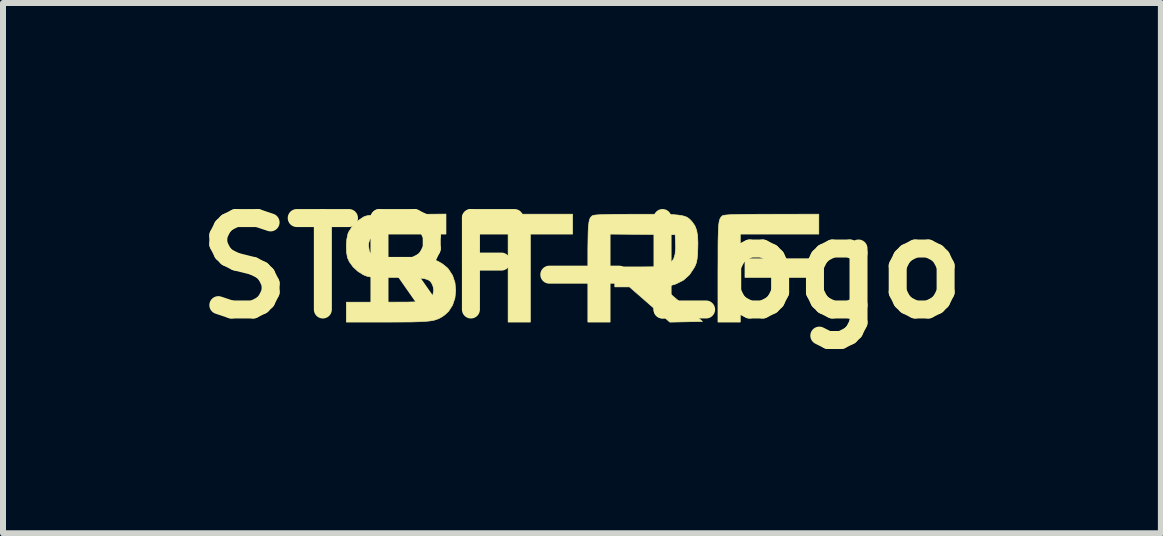
<source format=kicad_pcb>
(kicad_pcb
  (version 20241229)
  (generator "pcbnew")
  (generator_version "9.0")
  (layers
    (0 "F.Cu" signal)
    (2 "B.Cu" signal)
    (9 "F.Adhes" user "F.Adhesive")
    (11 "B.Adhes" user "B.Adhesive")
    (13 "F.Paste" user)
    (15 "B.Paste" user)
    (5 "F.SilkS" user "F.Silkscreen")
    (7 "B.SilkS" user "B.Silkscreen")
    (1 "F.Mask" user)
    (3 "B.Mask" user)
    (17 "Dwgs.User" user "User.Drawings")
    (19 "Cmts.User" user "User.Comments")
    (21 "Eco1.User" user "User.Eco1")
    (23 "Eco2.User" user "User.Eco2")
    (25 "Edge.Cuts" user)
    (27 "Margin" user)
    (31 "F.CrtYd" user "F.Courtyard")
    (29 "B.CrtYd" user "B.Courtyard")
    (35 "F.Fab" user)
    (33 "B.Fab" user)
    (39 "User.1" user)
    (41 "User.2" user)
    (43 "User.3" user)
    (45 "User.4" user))
  (footprint "STRF-Logo"
    (layer "F.Cu")
    (at 6.648 1.418)
    (property "Reference" "STRF-Logo" (at 0 0 0) (layer "F.SilkS") (effects (font (size 1.524 1.524) (thickness 0.3))))
    (attr through_hole)
    (fp_poly (pts (xy 3.79 0.156) (xy 2.716 0.156) (xy 2.716 -0.156) (xy 3.79 -0.156) (xy 3.79 0.156)) (stroke (width 0.01) (type solid)) (fill yes) (layer "F.SilkS"))
    (fp_poly (pts (xy -0.156 -0.567) (xy -0.86 -0.567) (xy -0.86 0.899) (xy -1.231 0.899) (xy -1.231 -0.567) (xy -1.954 -0.567) (xy -1.954 -0.899) (xy -0.156 -0.899) (xy -0.156 -0.567)) (stroke (width 0.01) (type solid)) (fill yes) (layer "F.SilkS"))
    (fp_poly (pts (xy 3.947 -0.567) (xy 2.638 -0.567) (xy 2.638 0.899) (xy 2.266 0.899) (xy 2.266 0.067) (xy 2.267 -0.142) (xy 2.267 -0.315) (xy 2.268 -0.457) (xy 2.271 -0.57) (xy 2.274 -0.658) (xy 2.279 -0.726) (xy 2.286 -0.775) (xy 2.296 -0.811) (xy 2.307 -0.837) (xy 2.322 -0.855) (xy 2.339 -0.871) (xy 2.343 -0.874) (xy 2.362 -0.88) (xy 2.402 -0.885) (xy 2.467 -0.89) (xy 2.558 -0.893) (xy 2.679 -0.895) (xy 2.832 -0.897) (xy 3.02 -0.898) (xy 3.16 -0.898) (xy 3.947 -0.899) (xy 3.947 -0.567)) (stroke (width 0.01) (type solid)) (fill yes) (layer "F.SilkS"))
    (fp_poly (pts (xy 1.118 -0.898) (xy 1.282 -0.897) (xy 1.416 -0.895) (xy 1.522 -0.891) (xy 1.605 -0.884) (xy 1.669 -0.874) (xy 1.719 -0.861) (xy 1.757 -0.844) (xy 1.788 -0.821) (xy 1.816 -0.794) (xy 1.842 -0.764) (xy 1.883 -0.703) (xy 1.911 -0.63) (xy 1.927 -0.539) (xy 1.932 -0.422) (xy 1.93 -0.323) (xy 1.926 -0.221) (xy 1.918 -0.148) (xy 1.907 -0.092) (xy 1.888 -0.043) (xy 1.872 -0.01) (xy 1.792 0.11) (xy 1.692 0.2) (xy 1.566 0.264) (xy 1.473 0.292) (xy 1.349 0.322) (xy 1.678 0.606) (xy 2.008 0.889) (xy 1.464 0.9) (xy 1.128 0.607) (xy 0.791 0.313) (xy 0.669 0.313) (xy 0.547 0.313) (xy 0.547 -0.02) (xy 0.943 -0.02) (xy 1.081 -0.021) (xy 1.187 -0.022) (xy 1.265 -0.025) (xy 1.323 -0.031) (xy 1.366 -0.038) (xy 1.401 -0.049) (xy 1.418 -0.057) (xy 1.483 -0.097) (xy 1.527 -0.152) (xy 1.551 -0.229) (xy 1.56 -0.334) (xy 1.559 -0.395) (xy 1.553 -0.557) (xy 0.469 -0.567) (xy 0.469 0.899) (xy 0.098 0.899) (xy 0.098 0.067) (xy 0.098 -0.142) (xy 0.098 -0.315) (xy 0.1 -0.457) (xy 0.102 -0.57) (xy 0.105 -0.658) (xy 0.111 -0.726) (xy 0.118 -0.775) (xy 0.127 -0.811) (xy 0.138 -0.837) (xy 0.153 -0.855) (xy 0.17 -0.871) (xy 0.174 -0.874) (xy 0.194 -0.88) (xy 0.236 -0.886) (xy 0.302 -0.89) (xy 0.396 -0.893) (xy 0.52 -0.896) (xy 0.677 -0.897) (xy 0.87 -0.898) (xy 0.918 -0.898) (xy 1.118 -0.898)) (stroke (width 0.01) (type solid)) (fill yes) (layer "F.SilkS"))
    (fp_poly (pts (xy -2.266 -0.567) (xy -3.453 -0.567) (xy -3.504 -0.515) (xy -3.539 -0.47) (xy -3.554 -0.416) (xy -3.556 -0.373) (xy -3.544 -0.283) (xy -3.507 -0.221) (xy -3.442 -0.183) (xy -3.424 -0.177) (xy -3.383 -0.171) (xy -3.31 -0.165) (xy -3.211 -0.161) (xy -3.095 -0.158) (xy -2.967 -0.156) (xy -2.921 -0.156) (xy -2.78 -0.156) (xy -2.671 -0.155) (xy -2.59 -0.153) (xy -2.53 -0.149) (xy -2.485 -0.142) (xy -2.449 -0.133) (xy -2.417 -0.121) (xy -2.392 -0.11) (xy -2.319 -0.066) (xy -2.249 -0.009) (xy -2.224 0.018) (xy -2.156 0.123) (xy -2.116 0.244) (xy -2.104 0.372) (xy -2.117 0.499) (xy -2.157 0.618) (xy -2.222 0.719) (xy -2.287 0.78) (xy -2.33 0.81) (xy -2.372 0.834) (xy -2.416 0.853) (xy -2.468 0.869) (xy -2.532 0.88) (xy -2.612 0.888) (xy -2.712 0.893) (xy -2.837 0.897) (xy -2.991 0.898) (xy -3.178 0.899) (xy -3.247 0.899) (xy -3.927 0.899) (xy -3.927 0.567) (xy -3.272 0.567) (xy -3.08 0.566) (xy -2.924 0.566) (xy -2.8 0.563) (xy -2.703 0.559) (xy -2.63 0.552) (xy -2.576 0.541) (xy -2.54 0.527) (xy -2.515 0.508) (xy -2.499 0.483) (xy -2.488 0.453) (xy -2.482 0.43) (xy -2.471 0.364) (xy -2.482 0.304) (xy -2.49 0.283) (xy -2.508 0.246) (xy -2.531 0.217) (xy -2.564 0.195) (xy -2.611 0.179) (xy -2.677 0.168) (xy -2.766 0.161) (xy -2.883 0.158) (xy -3.033 0.156) (xy -3.101 0.156) (xy -3.245 0.156) (xy -3.356 0.155) (xy -3.439 0.153) (xy -3.501 0.149) (xy -3.547 0.143) (xy -3.583 0.135) (xy -3.616 0.123) (xy -3.645 0.11) (xy -3.733 0.055) (xy -3.814 -0.02) (xy -3.876 -0.104) (xy -3.908 -0.175) (xy -3.923 -0.264) (xy -3.927 -0.369) (xy -3.92 -0.474) (xy -3.902 -0.564) (xy -3.89 -0.598) (xy -3.827 -0.697) (xy -3.739 -0.787) (xy -3.642 -0.851) (xy -3.619 -0.862) (xy -3.591 -0.87) (xy -3.556 -0.877) (xy -3.509 -0.882) (xy -3.444 -0.886) (xy -3.359 -0.889) (xy -3.248 -0.891) (xy -3.107 -0.893) (xy -2.932 -0.895) (xy -2.916 -0.895) (xy -2.266 -0.901) (xy -2.266 -0.567)) (stroke (width 0.01) (type solid)) (fill yes) (layer "F.SilkS")))
  (gr_rect
    (start -3 -3)
    (end 16.295 5.836)
    (stroke (width 0.1) (type default))
    (fill no)
    (layer "Edge.Cuts")))
</source>
